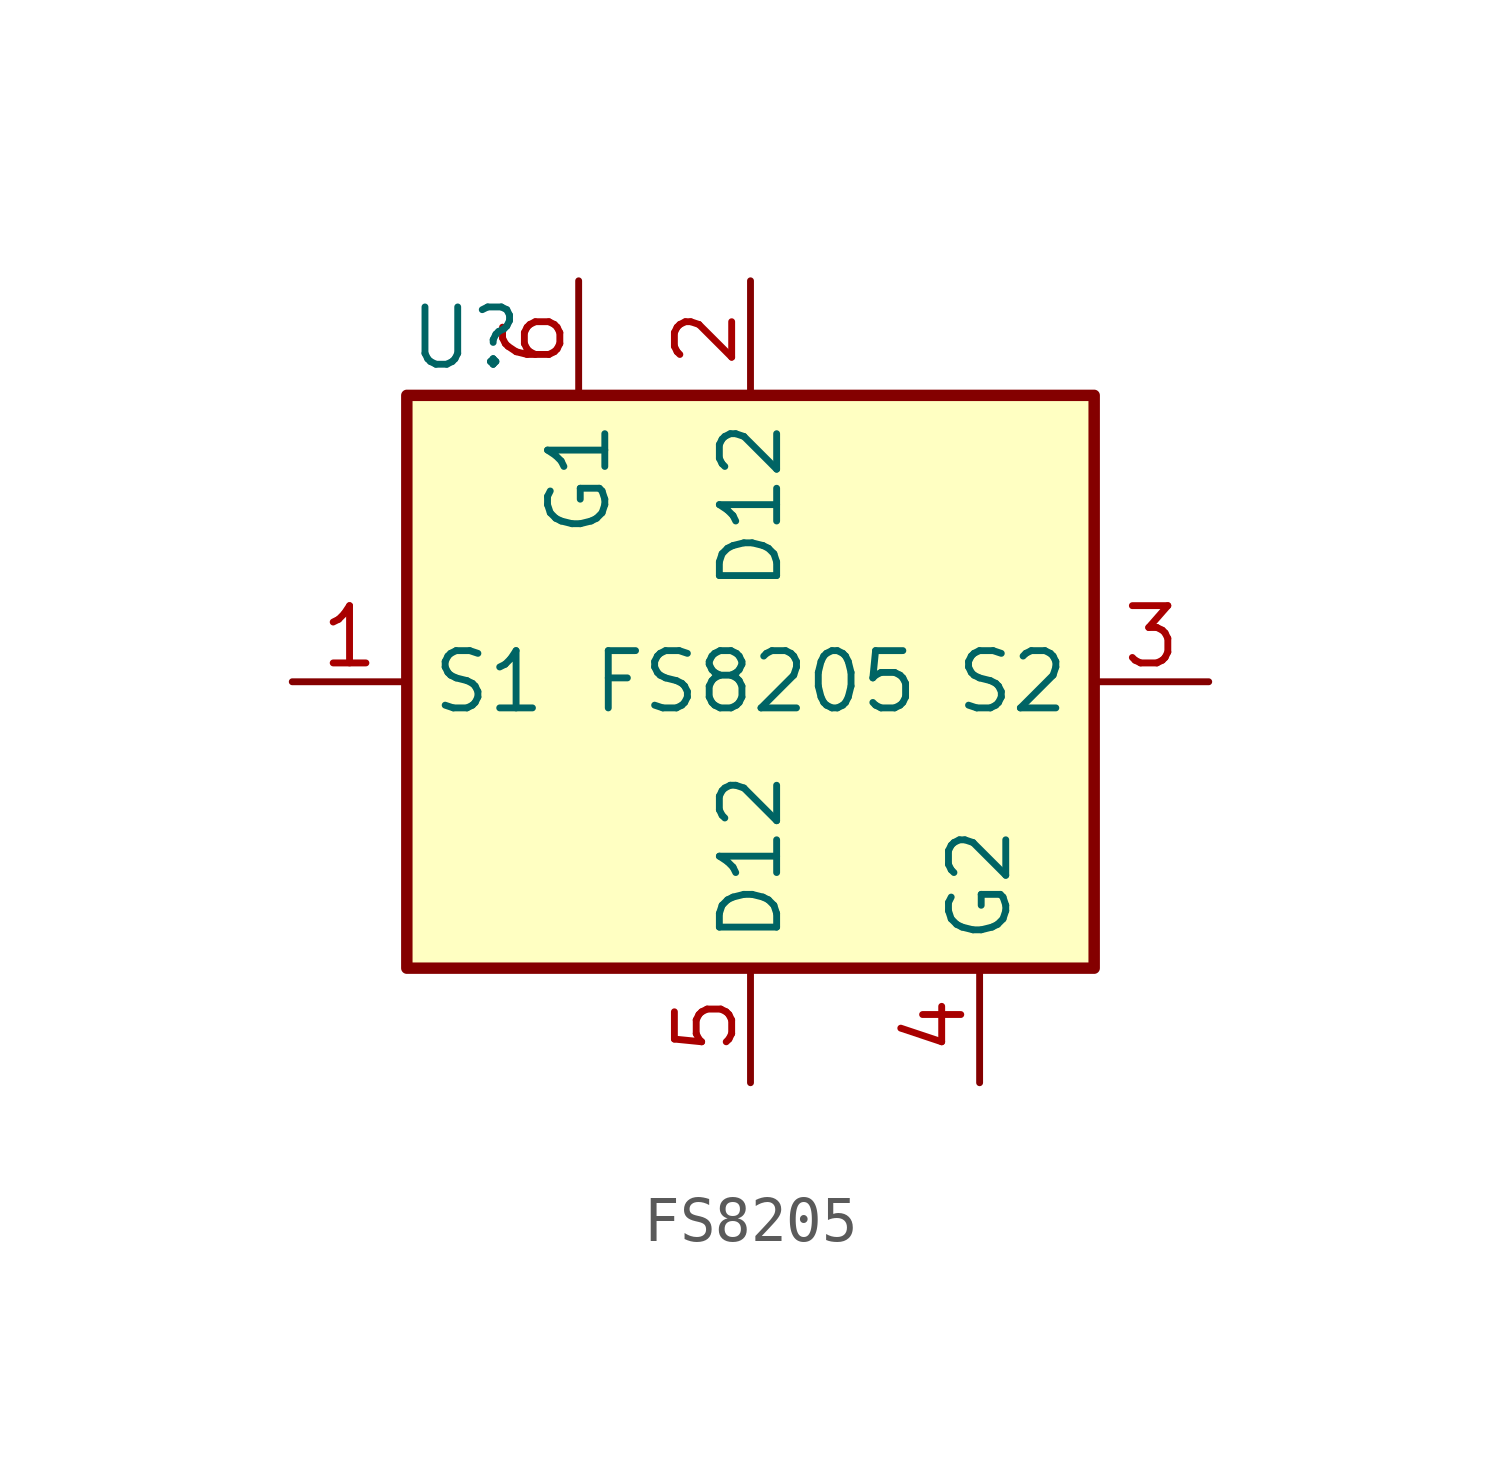
<source format=kicad_sym>
(kicad_symbol_lib
  (version 20241209)
  (generator "kicad_symbol_editor")
  (generator_version "9.0")
  (symbol "FS8205"
    (property "Reference" "U"
      (at -7.62 8.89 0)
      (effects (font (size 1.27 1.27)) (justify left)))
    (property "Value" "FS8205"
      (at -3.556 1.27 0)
      (effects (font (size 1.27 1.27)) (justify left)))
    (symbol "FS8205_0_1"
      (rectangle (start -7.62 7.62) (end 7.62 -5.08) (stroke (width 0.254) (type default)) (fill (type background))))
    (symbol "FS8205_1_1"
      (pin power_in line (at -10.16 1.27 0) (length 2.54) (name "S1" (effects (font (size 1.27 1.27)))) (number "1" (effects (font (size 1.27 1.27)))))
      (pin input line (at -3.81 10.16 270) (length 2.54) (name "G1" (effects (font (size 1.27 1.27)))) (number "6" (effects (font (size 1.27 1.27)))))
      (pin power_out line (at 0 10.16 270) (length 2.54) (name "D12" (effects (font (size 1.27 1.27)))) (number "2" (effects (font (size 1.27 1.27)))))
      (pin power_out line (at 0 -7.62 90) (length 2.54) (name "D12" (effects (font (size 1.27 1.27)))) (number "5" (effects (font (size 1.27 1.27)))))
      (pin input line (at 5.08 -7.62 90) (length 2.54) (name "G2" (effects (font (size 1.27 1.27)))) (number "4" (effects (font (size 1.27 1.27)))))
      (pin power_in line (at 10.16 1.27 180) (length 2.54) (name "S2" (effects (font (size 1.27 1.27)))) (number "3" (effects (font (size 1.27 1.27))))))))
</source>
